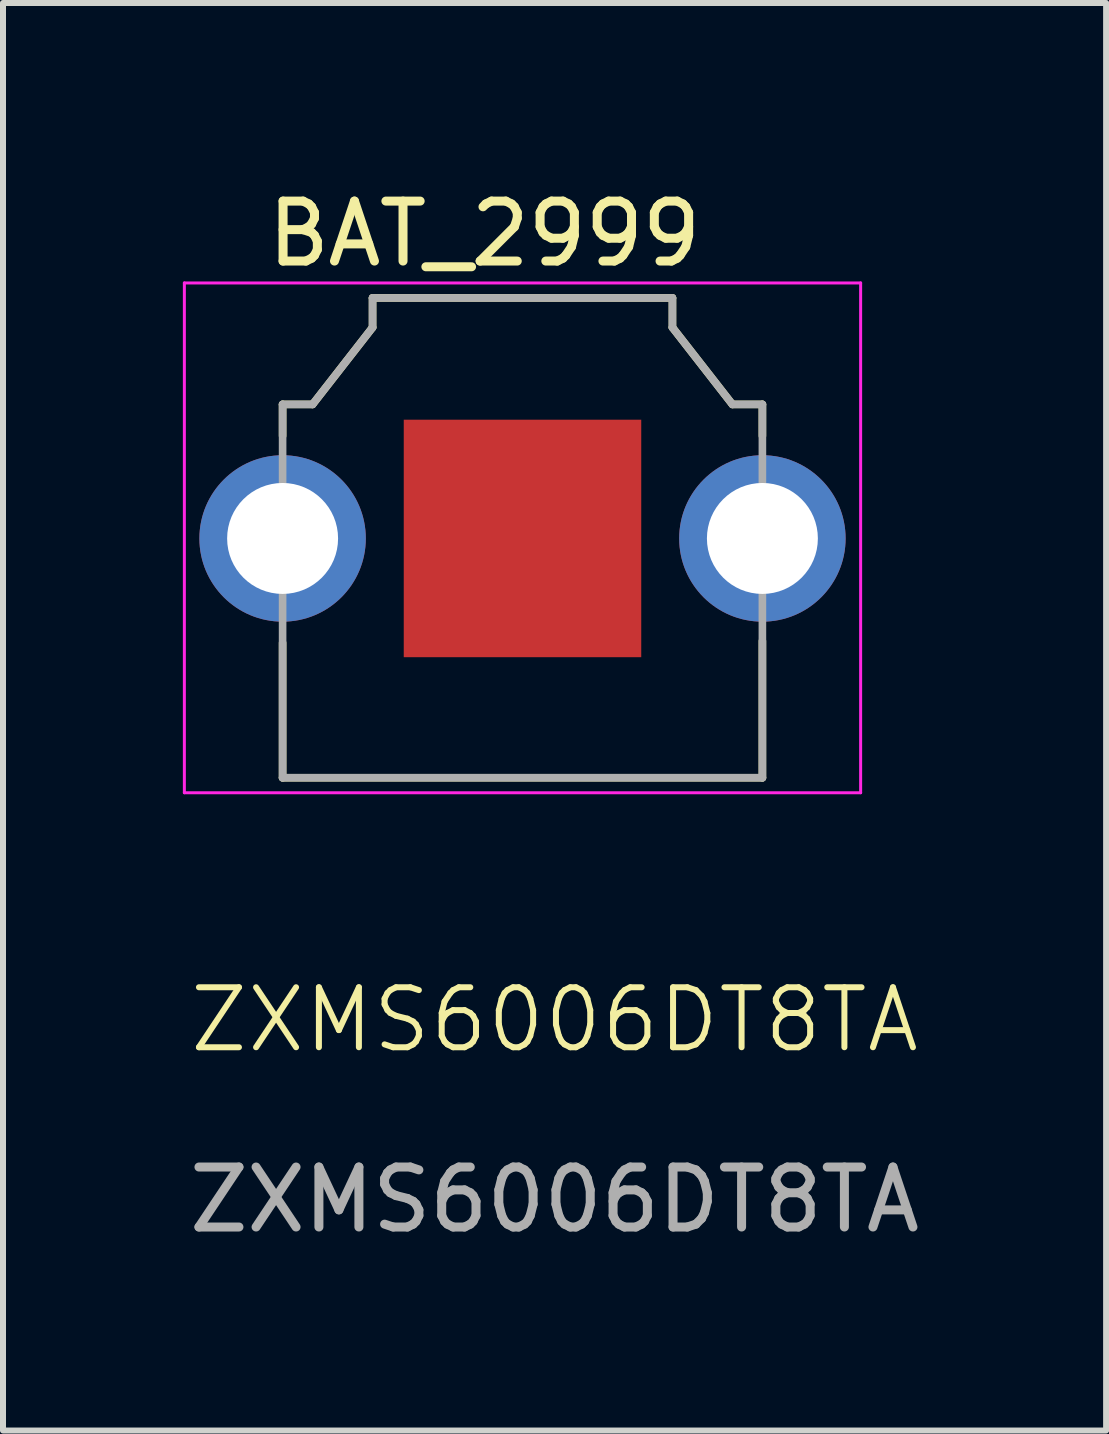
<source format=kicad_pcb>
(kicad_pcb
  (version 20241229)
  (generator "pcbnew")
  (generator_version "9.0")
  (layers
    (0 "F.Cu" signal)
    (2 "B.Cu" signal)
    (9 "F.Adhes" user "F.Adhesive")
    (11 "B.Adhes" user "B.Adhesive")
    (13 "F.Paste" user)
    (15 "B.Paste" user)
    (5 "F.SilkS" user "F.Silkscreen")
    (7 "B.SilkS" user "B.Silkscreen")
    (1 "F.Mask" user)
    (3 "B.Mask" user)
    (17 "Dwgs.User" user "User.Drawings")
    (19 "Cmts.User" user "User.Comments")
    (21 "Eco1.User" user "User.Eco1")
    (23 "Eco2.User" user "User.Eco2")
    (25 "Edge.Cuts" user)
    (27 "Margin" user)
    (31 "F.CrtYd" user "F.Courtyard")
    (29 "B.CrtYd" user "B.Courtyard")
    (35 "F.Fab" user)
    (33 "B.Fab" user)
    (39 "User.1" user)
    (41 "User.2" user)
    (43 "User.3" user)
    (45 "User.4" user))
  (footprint "ZXMS6006DT8TA"
    (layer "F.Cu")
    (at 6.196 14.454)
    (property "Reference" "ZXMS6006DT8TA" (at 0 -0.5 0) (unlocked yes) (layer "F.SilkS") (effects (font (size 1 1) (thickness 0.1))))
    (attr smd)
    (fp_text user "${REFERENCE}" (at 0 2.5 0) (unlocked yes) (layer "F.Fab") (effects (font (size 1 1) (thickness 0.15)))))
  (footprint "BAT_2999"
    (layer "F.Cu")
    (at 5.662 5.928)
    (property "Reference" "BAT_2999" (at -0.635 -5.08 0) (layer "F.SilkS") (effects (font (size 1 1) (thickness 0.15))))
    (attr through_hole)
    (fp_line (start -4 -2.235) (end -4 -1.71) (stroke (width 0.127) (type solid)) (layer "F.SilkS"))
    (fp_line (start -4 1.74) (end -4 3.99) (stroke (width 0.127) (type solid)) (layer "F.SilkS"))
    (fp_line (start -4 3.99) (end 4 3.99) (stroke (width 0.127) (type solid)) (layer "F.SilkS"))
    (fp_line (start -3.5 -2.235) (end -4 -2.235) (stroke (width 0.127) (type solid)) (layer "F.SilkS"))
    (fp_line (start -2.5 -4.01) (end -2.5 -3.518) (stroke (width 0.127) (type solid)) (layer "F.SilkS"))
    (fp_line (start -2.5 -3.518) (end -3.5 -2.235) (stroke (width 0.127) (type solid)) (layer "F.SilkS"))
    (fp_line (start 2.5 -4.01) (end -2.5 -4.01) (stroke (width 0.127) (type solid)) (layer "F.SilkS"))
    (fp_line (start 2.5 -3.518) (end 2.5 -4.01) (stroke (width 0.127) (type solid)) (layer "F.SilkS"))
    (fp_line (start 3.5 -2.235) (end 2.5 -3.518) (stroke (width 0.127) (type solid)) (layer "F.SilkS"))
    (fp_line (start 4 -2.235) (end 3.5 -2.235) (stroke (width 0.127) (type solid)) (layer "F.SilkS"))
    (fp_line (start 4 -1.71) (end 4 -2.235) (stroke (width 0.127) (type solid)) (layer "F.SilkS"))
    (fp_line (start 4 3.99) (end 4 1.71) (stroke (width 0.127) (type solid)) (layer "F.SilkS"))
    (fp_line (start -5.638 -4.26) (end 5.638 -4.26) (stroke (width 0.05) (type solid)) (layer "F.CrtYd"))
    (fp_line (start -5.638 4.24) (end -5.638 -4.26) (stroke (width 0.05) (type solid)) (layer "F.CrtYd"))
    (fp_line (start 5.638 -4.26) (end 5.638 4.24) (stroke (width 0.05) (type solid)) (layer "F.CrtYd"))
    (fp_line (start 5.638 4.24) (end -5.638 4.24) (stroke (width 0.05) (type solid)) (layer "F.CrtYd"))
    (fp_line (start -4 -2.235) (end -4 3.99) (stroke (width 0.127) (type solid)) (layer "F.Fab"))
    (fp_line (start -4 3.99) (end 4 3.99) (stroke (width 0.127) (type solid)) (layer "F.Fab"))
    (fp_line (start -3.5 -2.235) (end -4 -2.235) (stroke (width 0.127) (type solid)) (layer "F.Fab"))
    (fp_line (start -2.5 -4.01) (end -2.5 -3.518) (stroke (width 0.127) (type solid)) (layer "F.Fab"))
    (fp_line (start -2.5 -3.518) (end -3.5 -2.235) (stroke (width 0.127) (type solid)) (layer "F.Fab"))
    (fp_line (start 2.5 -4.01) (end -2.5 -4.01) (stroke (width 0.127) (type solid)) (layer "F.Fab"))
    (fp_line (start 2.5 -3.518) (end 2.5 -4.01) (stroke (width 0.127) (type solid)) (layer "F.Fab"))
    (fp_line (start 3.5 -2.235) (end 2.5 -3.518) (stroke (width 0.127) (type solid)) (layer "F.Fab"))
    (fp_line (start 4 -2.235) (end 3.5 -2.235) (stroke (width 0.127) (type solid)) (layer "F.Fab"))
    (fp_line (start 4 3.99) (end 4 -2.235) (stroke (width 0.127) (type solid)) (layer "F.Fab"))
    (pad "N" smd rect (at 0 0) (size 3.96 3.96) (layers "F.Cu" "F.Mask"))
    (pad "P1" thru_hole circle (at -4 0) (size 2.775 2.775) (drill 1.85) (layers "*.Cu" "*.Mask"))
    (pad "P2" thru_hole circle (at 4 0) (size 2.775 2.775) (drill 1.85) (layers "*.Cu" "*.Mask")))
  (gr_rect
    (start -3 -3)
    (end 15.393 20.802)
    (stroke (width 0.1) (type default))
    (fill no)
    (layer "Edge.Cuts")))
</source>
